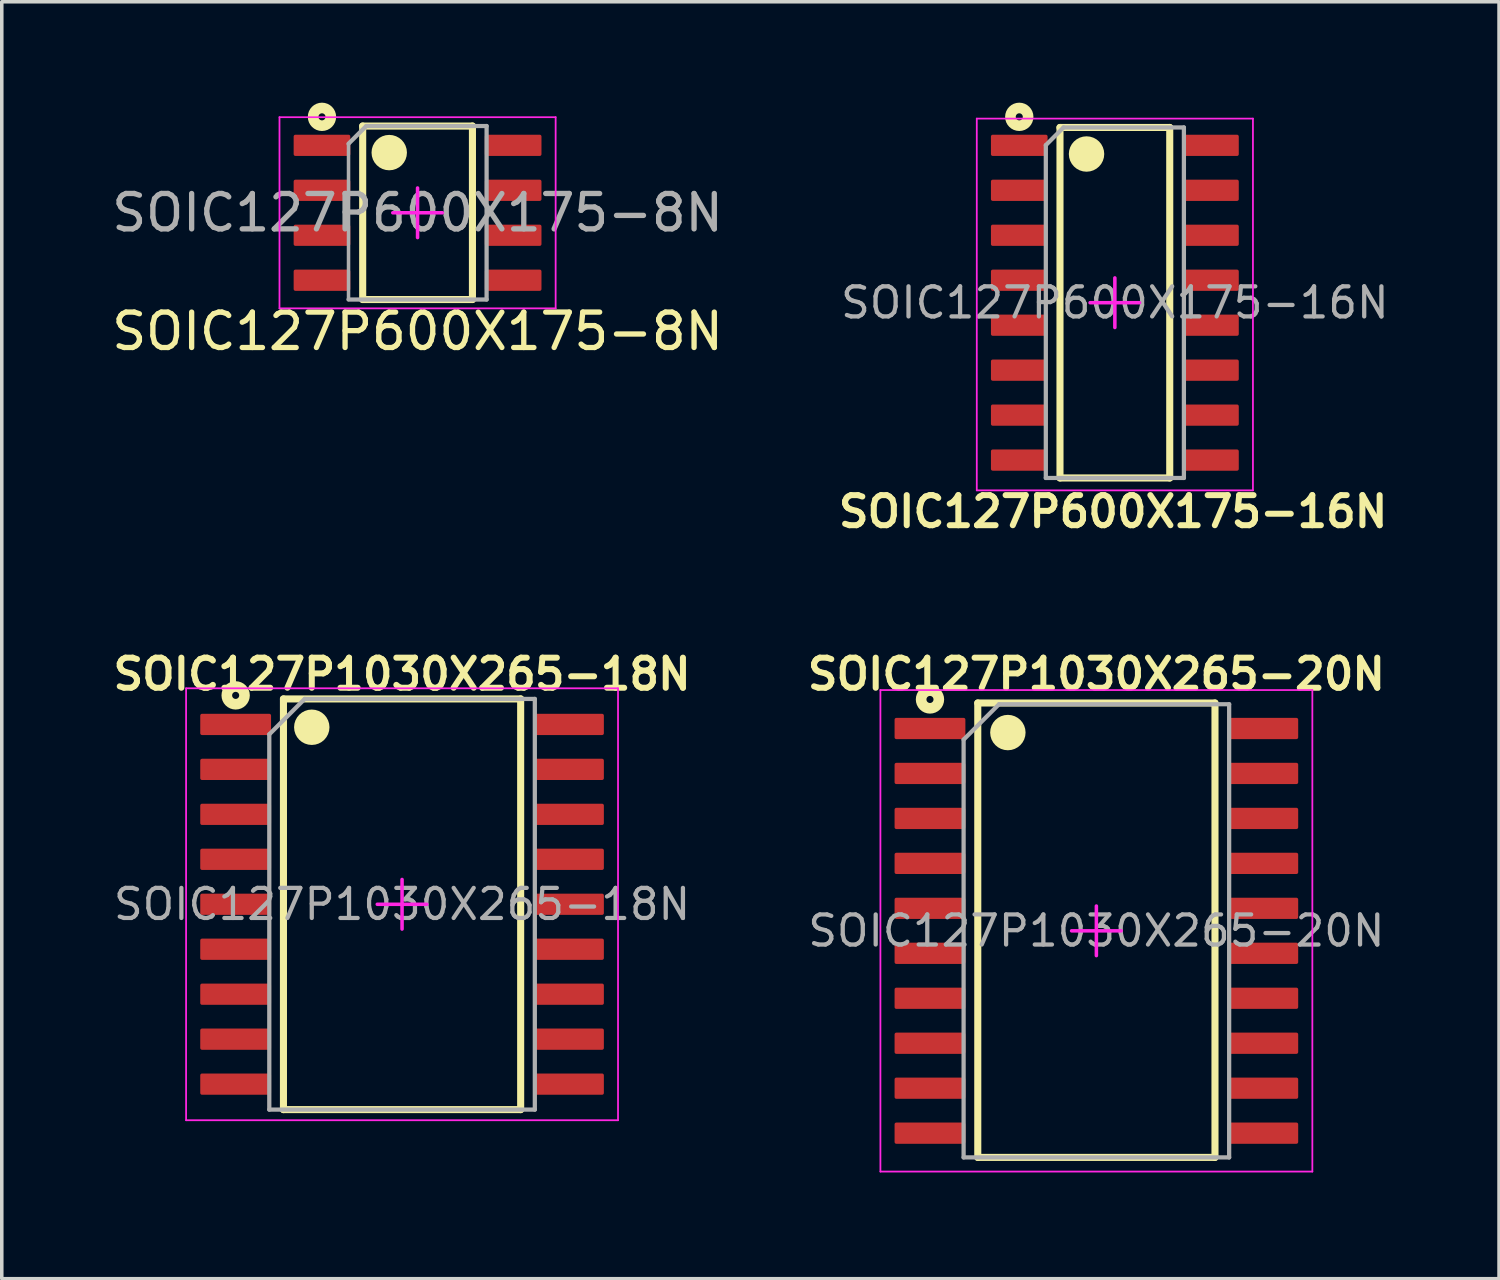
<source format=kicad_pcb>
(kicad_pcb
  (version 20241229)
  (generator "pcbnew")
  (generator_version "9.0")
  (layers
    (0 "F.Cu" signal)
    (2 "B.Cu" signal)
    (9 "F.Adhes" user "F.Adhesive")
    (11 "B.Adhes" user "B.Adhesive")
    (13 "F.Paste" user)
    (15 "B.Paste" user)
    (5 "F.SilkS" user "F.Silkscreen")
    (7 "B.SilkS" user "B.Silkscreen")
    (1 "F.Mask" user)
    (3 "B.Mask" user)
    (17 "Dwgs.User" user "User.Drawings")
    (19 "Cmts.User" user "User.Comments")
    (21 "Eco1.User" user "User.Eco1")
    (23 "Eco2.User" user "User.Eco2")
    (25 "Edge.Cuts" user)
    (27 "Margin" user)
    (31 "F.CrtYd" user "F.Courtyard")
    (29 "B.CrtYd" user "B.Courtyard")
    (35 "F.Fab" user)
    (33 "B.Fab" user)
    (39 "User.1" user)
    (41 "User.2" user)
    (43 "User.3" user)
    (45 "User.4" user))
  (footprint "SOIC127P1030X265-18N"
    (layer "F.Cu")
    (at 8.306 22.491)
    (property "Reference" "SOIC127P1030X265-18N" (at 0 -6.5 0) (layer "F.SilkS") (effects (font (size 0.85 0.85) (thickness 0.17))))
    (attr smd)
    (fp_line (start -3.35 -5.8) (end -3.35 5.8) (stroke (width 0.2) (type solid)) (layer "F.SilkS"))
    (fp_line (start -3.35 5.8) (end 3.35 5.8) (stroke (width 0.2) (type solid)) (layer "F.SilkS"))
    (fp_line (start 3.35 -5.8) (end -3.35 -5.8) (stroke (width 0.2) (type solid)) (layer "F.SilkS"))
    (fp_line (start 3.35 5.8) (end 3.35 -5.8) (stroke (width 0.2) (type solid)) (layer "F.SilkS"))
    (fp_circle (center -4.7 -5.9) (end -4.7 -5.8) (stroke (width 0.3) (type solid)) (fill no) (layer "F.SilkS"))
    (fp_circle (center -2.55 -5) (end -2.3 -5) (stroke (width 0.5) (type solid)) (fill no) (layer "F.SilkS"))
    (fp_line (start -6.1 -6.1) (end 6.1 -6.1) (stroke (width 0.05) (type solid)) (layer "F.CrtYd"))
    (fp_line (start -6.1 6.1) (end -6.1 -6.1) (stroke (width 0.05) (type solid)) (layer "F.CrtYd"))
    (fp_line (start 0 0.7) (end 0 -0.7) (stroke (width 0.1) (type solid)) (layer "F.CrtYd"))
    (fp_line (start 0.7 0) (end -0.7 0) (stroke (width 0.1) (type solid)) (layer "F.CrtYd"))
    (fp_line (start 6.1 -6.1) (end 6.1 6.1) (stroke (width 0.05) (type solid)) (layer "F.CrtYd"))
    (fp_line (start 6.1 6.1) (end -6.1 6.1) (stroke (width 0.05) (type solid)) (layer "F.CrtYd"))
    (fp_line (start -3.75 -4.8) (end -2.75 -5.8) (stroke (width 0.12) (type solid)) (layer "F.Fab"))
    (fp_line (start -3.75 5.8) (end -3.75 -4.8) (stroke (width 0.12) (type solid)) (layer "F.Fab"))
    (fp_line (start 3.75 -5.8) (end -2.75 -5.8) (stroke (width 0.12) (type solid)) (layer "F.Fab"))
    (fp_line (start 3.75 -5.8) (end 3.75 5.8) (stroke (width 0.12) (type solid)) (layer "F.Fab"))
    (fp_line (start 3.75 5.8) (end -3.75 5.8) (stroke (width 0.12) (type solid)) (layer "F.Fab"))
    (fp_text user "${REFERENCE}" (at 0 0 0) (layer "F.Fab") (effects (font (size 0.85 0.85) (thickness 0.12))))
    (pad "1" smd roundrect (at -4.7 -5.08 270) (size 0.6 2) (layers "F.Cu" "F.Mask" "F.Paste") (roundrect_rratio 0.083))
    (pad "2" smd roundrect (at -4.7 -3.81 270) (size 0.6 2) (layers "F.Cu" "F.Mask" "F.Paste") (roundrect_rratio 0.083))
    (pad "3" smd roundrect (at -4.7 -2.54 270) (size 0.6 2) (layers "F.Cu" "F.Mask" "F.Paste") (roundrect_rratio 0.083))
    (pad "4" smd roundrect (at -4.7 -1.27 270) (size 0.6 2) (layers "F.Cu" "F.Mask" "F.Paste") (roundrect_rratio 0.083))
    (pad "5" smd roundrect (at -4.7 0 270) (size 0.6 2) (layers "F.Cu" "F.Mask" "F.Paste") (roundrect_rratio 0.083))
    (pad "6" smd roundrect (at -4.7 1.27 270) (size 0.6 2) (layers "F.Cu" "F.Mask" "F.Paste") (roundrect_rratio 0.083))
    (pad "7" smd roundrect (at -4.7 2.54 270) (size 0.6 2) (layers "F.Cu" "F.Mask" "F.Paste") (roundrect_rratio 0.083))
    (pad "8" smd roundrect (at -4.7 3.81 270) (size 0.6 2) (layers "F.Cu" "F.Mask" "F.Paste") (roundrect_rratio 0.083))
    (pad "9" smd roundrect (at -4.7 5.08 270) (size 0.6 2) (layers "F.Cu" "F.Mask" "F.Paste") (roundrect_rratio 0.083))
    (pad "10" smd roundrect (at 4.7 5.08 270) (size 0.6 2) (layers "F.Cu" "F.Mask" "F.Paste") (roundrect_rratio 0.083))
    (pad "11" smd roundrect (at 4.7 3.81 270) (size 0.6 2) (layers "F.Cu" "F.Mask" "F.Paste") (roundrect_rratio 0.083))
    (pad "12" smd roundrect (at 4.7 2.54 270) (size 0.6 2) (layers "F.Cu" "F.Mask" "F.Paste") (roundrect_rratio 0.083))
    (pad "13" smd roundrect (at 4.7 1.27 270) (size 0.6 2) (layers "F.Cu" "F.Mask" "F.Paste") (roundrect_rratio 0.083))
    (pad "14" smd roundrect (at 4.7 0 270) (size 0.6 2) (layers "F.Cu" "F.Mask" "F.Paste") (roundrect_rratio 0.083))
    (pad "15" smd roundrect (at 4.7 -1.27 270) (size 0.6 2) (layers "F.Cu" "F.Mask" "F.Paste") (roundrect_rratio 0.083))
    (pad "16" smd roundrect (at 4.7 -2.54 270) (size 0.6 2) (layers "F.Cu" "F.Mask" "F.Paste") (roundrect_rratio 0.083))
    (pad "17" smd roundrect (at 4.7 -3.81 270) (size 0.6 2) (layers "F.Cu" "F.Mask" "F.Paste") (roundrect_rratio 0.083))
    (pad "18" smd roundrect (at 4.7 -5.08 270) (size 0.6 2) (layers "F.Cu" "F.Mask" "F.Paste") (roundrect_rratio 0.083)))
  (footprint "SOIC127P1030X265-20N"
    (layer "F.Cu")
    (at 27.917 23.241)
    (property "Reference" "SOIC127P1030X265-20N" (at 0 -7.25 0) (layer "F.SilkS") (effects (font (size 0.85 0.85) (thickness 0.17))))
    (attr smd)
    (fp_line (start -3.35 -6.435) (end -3.35 6.4) (stroke (width 0.2) (type solid)) (layer "F.SilkS"))
    (fp_line (start -3.35 6.4) (end 3.35 6.4) (stroke (width 0.2) (type solid)) (layer "F.SilkS"))
    (fp_line (start 3.35 -6.435) (end -3.35 -6.435) (stroke (width 0.2) (type solid)) (layer "F.SilkS"))
    (fp_line (start 3.35 6.4) (end 3.35 -6.435) (stroke (width 0.2) (type solid)) (layer "F.SilkS"))
    (fp_circle (center -4.7 -6.535) (end -4.7 -6.435) (stroke (width 0.3) (type solid)) (fill no) (layer "F.SilkS"))
    (fp_circle (center -2.5 -5.6) (end -2.25 -5.6) (stroke (width 0.5) (type solid)) (fill no) (layer "F.SilkS"))
    (fp_line (start -6.1 -6.8) (end 6.1 -6.8) (stroke (width 0.05) (type solid)) (layer "F.CrtYd"))
    (fp_line (start -6.1 6.8) (end -6.1 -6.8) (stroke (width 0.05) (type solid)) (layer "F.CrtYd"))
    (fp_line (start 0 0.7) (end 0 -0.7) (stroke (width 0.1) (type solid)) (layer "F.CrtYd"))
    (fp_line (start 0.7 0) (end -0.7 0) (stroke (width 0.1) (type solid)) (layer "F.CrtYd"))
    (fp_line (start 6.1 -6.8) (end 6.1 6.8) (stroke (width 0.05) (type solid)) (layer "F.CrtYd"))
    (fp_line (start 6.1 6.8) (end -6.1 6.8) (stroke (width 0.05) (type solid)) (layer "F.CrtYd"))
    (fp_line (start -3.75 -5.4) (end -2.75 -6.4) (stroke (width 0.12) (type solid)) (layer "F.Fab"))
    (fp_line (start -3.75 6.4) (end -3.75 -5.4) (stroke (width 0.12) (type solid)) (layer "F.Fab"))
    (fp_line (start 3.75 -6.4) (end -2.75 -6.4) (stroke (width 0.12) (type solid)) (layer "F.Fab"))
    (fp_line (start 3.75 -6.4) (end 3.75 6.4) (stroke (width 0.12) (type solid)) (layer "F.Fab"))
    (fp_line (start 3.75 6.4) (end -3.75 6.4) (stroke (width 0.12) (type solid)) (layer "F.Fab"))
    (fp_text user "${REFERENCE}" (at 0 0 0) (layer "F.Fab") (effects (font (size 0.85 0.85) (thickness 0.12))))
    (pad "1" smd roundrect (at -4.7 -5.715 270) (size 0.6 2) (layers "F.Cu" "F.Mask" "F.Paste") (roundrect_rratio 0.083))
    (pad "2" smd roundrect (at -4.7 -4.445 270) (size 0.6 2) (layers "F.Cu" "F.Mask" "F.Paste") (roundrect_rratio 0.083))
    (pad "3" smd roundrect (at -4.7 -3.175 270) (size 0.6 2) (layers "F.Cu" "F.Mask" "F.Paste") (roundrect_rratio 0.083))
    (pad "4" smd roundrect (at -4.7 -1.905 270) (size 0.6 2) (layers "F.Cu" "F.Mask" "F.Paste") (roundrect_rratio 0.083))
    (pad "5" smd roundrect (at -4.7 -0.635 270) (size 0.6 2) (layers "F.Cu" "F.Mask" "F.Paste") (roundrect_rratio 0.083))
    (pad "6" smd roundrect (at -4.7 0.635 270) (size 0.6 2) (layers "F.Cu" "F.Mask" "F.Paste") (roundrect_rratio 0.083))
    (pad "7" smd roundrect (at -4.7 1.905 270) (size 0.6 2) (layers "F.Cu" "F.Mask" "F.Paste") (roundrect_rratio 0.083))
    (pad "8" smd roundrect (at -4.7 3.175 270) (size 0.6 2) (layers "F.Cu" "F.Mask" "F.Paste") (roundrect_rratio 0.083))
    (pad "9" smd roundrect (at -4.7 4.445 270) (size 0.6 2) (layers "F.Cu" "F.Mask" "F.Paste") (roundrect_rratio 0.083))
    (pad "10" smd roundrect (at -4.7 5.715 270) (size 0.6 2) (layers "F.Cu" "F.Mask" "F.Paste") (roundrect_rratio 0.083))
    (pad "11" smd roundrect (at 4.7 5.715 270) (size 0.6 2) (layers "F.Cu" "F.Mask" "F.Paste") (roundrect_rratio 0.083))
    (pad "12" smd roundrect (at 4.7 4.445 270) (size 0.6 2) (layers "F.Cu" "F.Mask" "F.Paste") (roundrect_rratio 0.083))
    (pad "13" smd roundrect (at 4.7 3.175 270) (size 0.6 2) (layers "F.Cu" "F.Mask" "F.Paste") (roundrect_rratio 0.083))
    (pad "14" smd roundrect (at 4.7 1.905 270) (size 0.6 2) (layers "F.Cu" "F.Mask" "F.Paste") (roundrect_rratio 0.083))
    (pad "15" smd roundrect (at 4.7 0.635 270) (size 0.6 2) (layers "F.Cu" "F.Mask" "F.Paste") (roundrect_rratio 0.083))
    (pad "16" smd roundrect (at 4.7 -0.635 270) (size 0.6 2) (layers "F.Cu" "F.Mask" "F.Paste") (roundrect_rratio 0.083))
    (pad "17" smd roundrect (at 4.7 -1.905 270) (size 0.6 2) (layers "F.Cu" "F.Mask" "F.Paste") (roundrect_rratio 0.083))
    (pad "18" smd roundrect (at 4.7 -3.175 270) (size 0.6 2) (layers "F.Cu" "F.Mask" "F.Paste") (roundrect_rratio 0.083))
    (pad "19" smd roundrect (at 4.7 -4.445 270) (size 0.6 2) (layers "F.Cu" "F.Mask" "F.Paste") (roundrect_rratio 0.083))
    (pad "20" smd roundrect (at 4.7 -5.715 270) (size 0.6 2) (layers "F.Cu" "F.Mask" "F.Paste") (roundrect_rratio 0.083)))
  (footprint "SOIC127P600X175-16N"
    (layer "F.Cu")
    (at 28.439 5.5)
    (property "Reference" "SOIC127P600X175-16N" (at -0.05 5.9 0) (layer "F.SilkS") (effects (font (size 0.85 0.85) (thickness 0.17))))
    (attr smd)
    (fp_line (start -1.55 -4.95) (end -1.55 4.95) (stroke (width 0.2) (type solid)) (layer "F.SilkS"))
    (fp_line (start -1.55 4.95) (end 1.55 4.95) (stroke (width 0.2) (type solid)) (layer "F.SilkS"))
    (fp_line (start 1.55 -4.95) (end -1.55 -4.95) (stroke (width 0.2) (type solid)) (layer "F.SilkS"))
    (fp_line (start 1.55 4.95) (end 1.55 -4.95) (stroke (width 0.2) (type solid)) (layer "F.SilkS"))
    (fp_circle (center -2.7 -5.25) (end -2.7 -5.15) (stroke (width 0.3) (type solid)) (fill no) (layer "F.SilkS"))
    (fp_circle (center -0.8 -4.2) (end -0.55 -4.2) (stroke (width 0.5) (type solid)) (fill no) (layer "F.SilkS"))
    (fp_line (start -3.9 -5.2) (end 3.9 -5.2) (stroke (width 0.05) (type solid)) (layer "F.CrtYd"))
    (fp_line (start -3.9 5.3) (end -3.9 -5.2) (stroke (width 0.05) (type solid)) (layer "F.CrtYd"))
    (fp_line (start 0 0.7) (end 0 -0.7) (stroke (width 0.1) (type solid)) (layer "F.CrtYd"))
    (fp_line (start 0.7 0) (end -0.7 0) (stroke (width 0.1) (type solid)) (layer "F.CrtYd"))
    (fp_line (start 3.9 -5.2) (end 3.9 5.3) (stroke (width 0.05) (type solid)) (layer "F.CrtYd"))
    (fp_line (start 3.9 5.3) (end -3.9 5.3) (stroke (width 0.05) (type solid)) (layer "F.CrtYd"))
    (fp_line (start -1.95 4.95) (end -1.95 -4.45) (stroke (width 0.12) (type solid)) (layer "F.Fab"))
    (fp_line (start -1.45 -4.95) (end -1.95 -4.45) (stroke (width 0.12) (type solid)) (layer "F.Fab"))
    (fp_line (start -1.45 -4.95) (end 1.95 -4.95) (stroke (width 0.12) (type solid)) (layer "F.Fab"))
    (fp_line (start 1.95 -4.95) (end 1.95 4.95) (stroke (width 0.12) (type solid)) (layer "F.Fab"))
    (fp_line (start 1.95 4.95) (end -1.95 4.95) (stroke (width 0.12) (type solid)) (layer "F.Fab"))
    (fp_text user "${REFERENCE}" (at 0 0 0) (layer "F.Fab") (effects (font (size 0.85 0.85) (thickness 0.12))))
    (pad "1" smd roundrect (at -2.7 -4.445 270) (size 0.6 1.6) (layers "F.Cu" "F.Mask" "F.Paste") (roundrect_rratio 0.083))
    (pad "2" smd roundrect (at -2.7 -3.175 270) (size 0.6 1.6) (layers "F.Cu" "F.Mask" "F.Paste") (roundrect_rratio 0.083))
    (pad "3" smd roundrect (at -2.7 -1.905 270) (size 0.6 1.6) (layers "F.Cu" "F.Mask" "F.Paste") (roundrect_rratio 0.083))
    (pad "4" smd roundrect (at -2.7 -0.635 270) (size 0.6 1.6) (layers "F.Cu" "F.Mask" "F.Paste") (roundrect_rratio 0.083))
    (pad "5" smd roundrect (at -2.7 0.635 270) (size 0.6 1.6) (layers "F.Cu" "F.Mask" "F.Paste") (roundrect_rratio 0.083))
    (pad "6" smd roundrect (at -2.7 1.905 270) (size 0.6 1.6) (layers "F.Cu" "F.Mask" "F.Paste") (roundrect_rratio 0.083))
    (pad "7" smd roundrect (at -2.7 3.175 270) (size 0.6 1.6) (layers "F.Cu" "F.Mask" "F.Paste") (roundrect_rratio 0.083))
    (pad "8" smd roundrect (at -2.7 4.445 270) (size 0.6 1.6) (layers "F.Cu" "F.Mask" "F.Paste") (roundrect_rratio 0.083))
    (pad "9" smd roundrect (at 2.7 4.445 270) (size 0.6 1.6) (layers "F.Cu" "F.Mask" "F.Paste") (roundrect_rratio 0.083))
    (pad "10" smd roundrect (at 2.7 3.175 270) (size 0.6 1.6) (layers "F.Cu" "F.Mask" "F.Paste") (roundrect_rratio 0.083))
    (pad "11" smd roundrect (at 2.7 1.905 270) (size 0.6 1.6) (layers "F.Cu" "F.Mask" "F.Paste") (roundrect_rratio 0.083))
    (pad "12" smd roundrect (at 2.7 0.635 270) (size 0.6 1.6) (layers "F.Cu" "F.Mask" "F.Paste") (roundrect_rratio 0.083))
    (pad "13" smd roundrect (at 2.7 -0.635 270) (size 0.6 1.6) (layers "F.Cu" "F.Mask" "F.Paste") (roundrect_rratio 0.083))
    (pad "14" smd roundrect (at 2.7 -1.905 270) (size 0.6 1.6) (layers "F.Cu" "F.Mask" "F.Paste") (roundrect_rratio 0.083))
    (pad "15" smd roundrect (at 2.7 -3.175 270) (size 0.6 1.6) (layers "F.Cu" "F.Mask" "F.Paste") (roundrect_rratio 0.083))
    (pad "16" smd roundrect (at 2.7 -4.445 270) (size 0.6 1.6) (layers "F.Cu" "F.Mask" "F.Paste") (roundrect_rratio 0.083)))
  (footprint "SOIC127P600X175-8N"
    (layer "F.Cu")
    (at 8.744 2.96)
    (property "Reference" "SOIC127P600X175-8N" (at 0 3.35 0) (layer "F.SilkS") (effects (font (size 1 1) (thickness 0.15))))
    (attr smd)
    (fp_line (start -1.55 -2.45) (end -1.55 2.45) (stroke (width 0.2) (type solid)) (layer "F.SilkS"))
    (fp_line (start -1.55 2.45) (end 1.55 2.45) (stroke (width 0.2) (type solid)) (layer "F.SilkS"))
    (fp_line (start 1.55 -2.45) (end -1.55 -2.45) (stroke (width 0.2) (type solid)) (layer "F.SilkS"))
    (fp_line (start 1.55 2.45) (end 1.55 -2.45) (stroke (width 0.2) (type solid)) (layer "F.SilkS"))
    (fp_circle (center -2.7 -2.71) (end -2.7 -2.61) (stroke (width 0.3) (type solid)) (fill no) (layer "F.SilkS"))
    (fp_circle (center -0.8 -1.7) (end -0.55 -1.7) (stroke (width 0.5) (type solid)) (fill no) (layer "F.SilkS"))
    (fp_line (start -3.9 -2.7) (end 3.9 -2.7) (stroke (width 0.05) (type solid)) (layer "F.CrtYd"))
    (fp_line (start -3.9 2.7) (end -3.9 -2.7) (stroke (width 0.05) (type solid)) (layer "F.CrtYd"))
    (fp_line (start 0 0.7) (end 0 -0.7) (stroke (width 0.1) (type solid)) (layer "F.CrtYd"))
    (fp_line (start 0.7 0) (end -0.7 0) (stroke (width 0.1) (type solid)) (layer "F.CrtYd"))
    (fp_line (start 3.9 -2.7) (end 3.9 2.7) (stroke (width 0.05) (type solid)) (layer "F.CrtYd"))
    (fp_line (start 3.9 2.7) (end -3.9 2.7) (stroke (width 0.05) (type solid)) (layer "F.CrtYd"))
    (fp_line (start -1.95 2.45) (end -1.95 -1.95) (stroke (width 0.1) (type solid)) (layer "F.Fab"))
    (fp_line (start -1.45 -2.45) (end -1.95 -1.95) (stroke (width 0.12) (type solid)) (layer "F.Fab"))
    (fp_line (start -1.45 -2.45) (end 1.95 -2.45) (stroke (width 0.12) (type solid)) (layer "F.Fab"))
    (fp_line (start 1.95 -2.45) (end 1.95 2.45) (stroke (width 0.12) (type solid)) (layer "F.Fab"))
    (fp_line (start 1.95 2.45) (end -1.95 2.45) (stroke (width 0.12) (type solid)) (layer "F.Fab"))
    (fp_text user "${REFERENCE}" (at 0 0 0) (layer "F.Fab") (effects (font (size 1 1) (thickness 0.15))))
    (pad "1" smd roundrect (at -2.7 -1.905 270) (size 0.6 1.6) (layers "F.Cu" "F.Mask" "F.Paste") (roundrect_rratio 0.083))
    (pad "2" smd roundrect (at -2.7 -0.635 270) (size 0.6 1.6) (layers "F.Cu" "F.Mask" "F.Paste") (roundrect_rratio 0.083))
    (pad "3" smd roundrect (at -2.7 0.635 270) (size 0.6 1.6) (layers "F.Cu" "F.Mask" "F.Paste") (roundrect_rratio 0.083))
    (pad "4" smd roundrect (at -2.7 1.905 270) (size 0.6 1.6) (layers "F.Cu" "F.Mask" "F.Paste") (roundrect_rratio 0.083))
    (pad "5" smd roundrect (at 2.7 1.905 270) (size 0.6 1.6) (layers "F.Cu" "F.Mask" "F.Paste") (roundrect_rratio 0.083))
    (pad "6" smd roundrect (at 2.7 0.635 270) (size 0.6 1.6) (layers "F.Cu" "F.Mask" "F.Paste") (roundrect_rratio 0.083))
    (pad "7" smd roundrect (at 2.7 -0.635 270) (size 0.6 1.6) (layers "F.Cu" "F.Mask" "F.Paste") (roundrect_rratio 0.083))
    (pad "8" smd roundrect (at 2.7 -1.905 270) (size 0.6 1.6) (layers "F.Cu" "F.Mask" "F.Paste") (roundrect_rratio 0.083)))
  (gr_rect
    (start -3 -3)
    (end 39.29 33.066)
    (stroke (width 0.1) (type default))
    (fill no)
    (layer "Edge.Cuts")))
</source>
